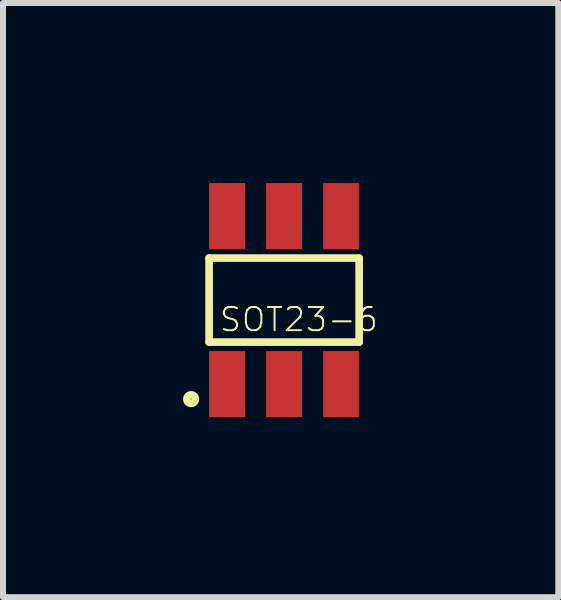
<source format=kicad_pcb>
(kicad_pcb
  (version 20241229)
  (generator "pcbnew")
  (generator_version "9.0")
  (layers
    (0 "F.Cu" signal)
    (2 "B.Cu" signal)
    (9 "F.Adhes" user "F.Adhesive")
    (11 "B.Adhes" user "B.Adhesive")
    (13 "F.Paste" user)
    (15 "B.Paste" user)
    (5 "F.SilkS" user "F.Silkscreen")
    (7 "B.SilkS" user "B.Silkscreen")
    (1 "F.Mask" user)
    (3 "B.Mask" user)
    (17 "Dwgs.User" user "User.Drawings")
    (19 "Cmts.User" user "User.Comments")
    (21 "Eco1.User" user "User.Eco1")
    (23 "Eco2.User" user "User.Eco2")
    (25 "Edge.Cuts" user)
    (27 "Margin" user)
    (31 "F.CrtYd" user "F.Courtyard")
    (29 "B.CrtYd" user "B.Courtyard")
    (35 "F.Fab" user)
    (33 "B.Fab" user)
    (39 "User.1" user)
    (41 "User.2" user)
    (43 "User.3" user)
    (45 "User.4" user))
  (footprint "SOT23-6"
    (layer "F.Cu")
    (at 1.684 1.95)
    (property "Reference" "SOT23-6" (at -1.1 0.55 0) (layer "F.SilkS") (effects (font (size 0.386 0.386) (thickness 0.033)) (justify left bottom)))
    (attr through_hole)
    (fp_line (start -1.25 -0.7) (end 1.25 -0.7) (stroke (width 0.127) (type solid)) (layer "F.SilkS"))
    (fp_line (start -1.25 0.7) (end -1.25 -0.7) (stroke (width 0.127) (type solid)) (layer "F.SilkS"))
    (fp_line (start 1.25 -0.7) (end 1.25 0.7) (stroke (width 0.127) (type solid)) (layer "F.SilkS"))
    (fp_line (start 1.25 0.7) (end -1.25 0.7) (stroke (width 0.127) (type solid)) (layer "F.SilkS"))
    (fp_circle (center -1.55 1.65) (end -1.479 1.65) (stroke (width 0.127) (type solid)) (fill no) (layer "F.SilkS"))
    (pad "P1" smd rect (at -0.95 1.4) (size 0.6 1.1) (layers "F.Cu" "F.Mask" "F.Paste"))
    (pad "P2" smd rect (at 0 1.4) (size 0.6 1.1) (layers "F.Cu" "F.Mask" "F.Paste"))
    (pad "P3" smd rect (at 0.95 1.4) (size 0.6 1.1) (layers "F.Cu" "F.Mask" "F.Paste"))
    (pad "P4" smd rect (at 0.95 -1.4) (size 0.6 1.1) (layers "F.Cu" "F.Mask" "F.Paste"))
    (pad "P5" smd rect (at 0 -1.4) (size 0.6 1.1) (layers "F.Cu" "F.Mask" "F.Paste"))
    (pad "P6" smd rect (at -0.95 -1.4) (size 0.6 1.1) (layers "F.Cu" "F.Mask" "F.Paste")))
  (gr_rect
    (start -3 -3)
    (end 6.252 6.9)
    (stroke (width 0.1) (type default))
    (fill no)
    (layer "Edge.Cuts")))
</source>
